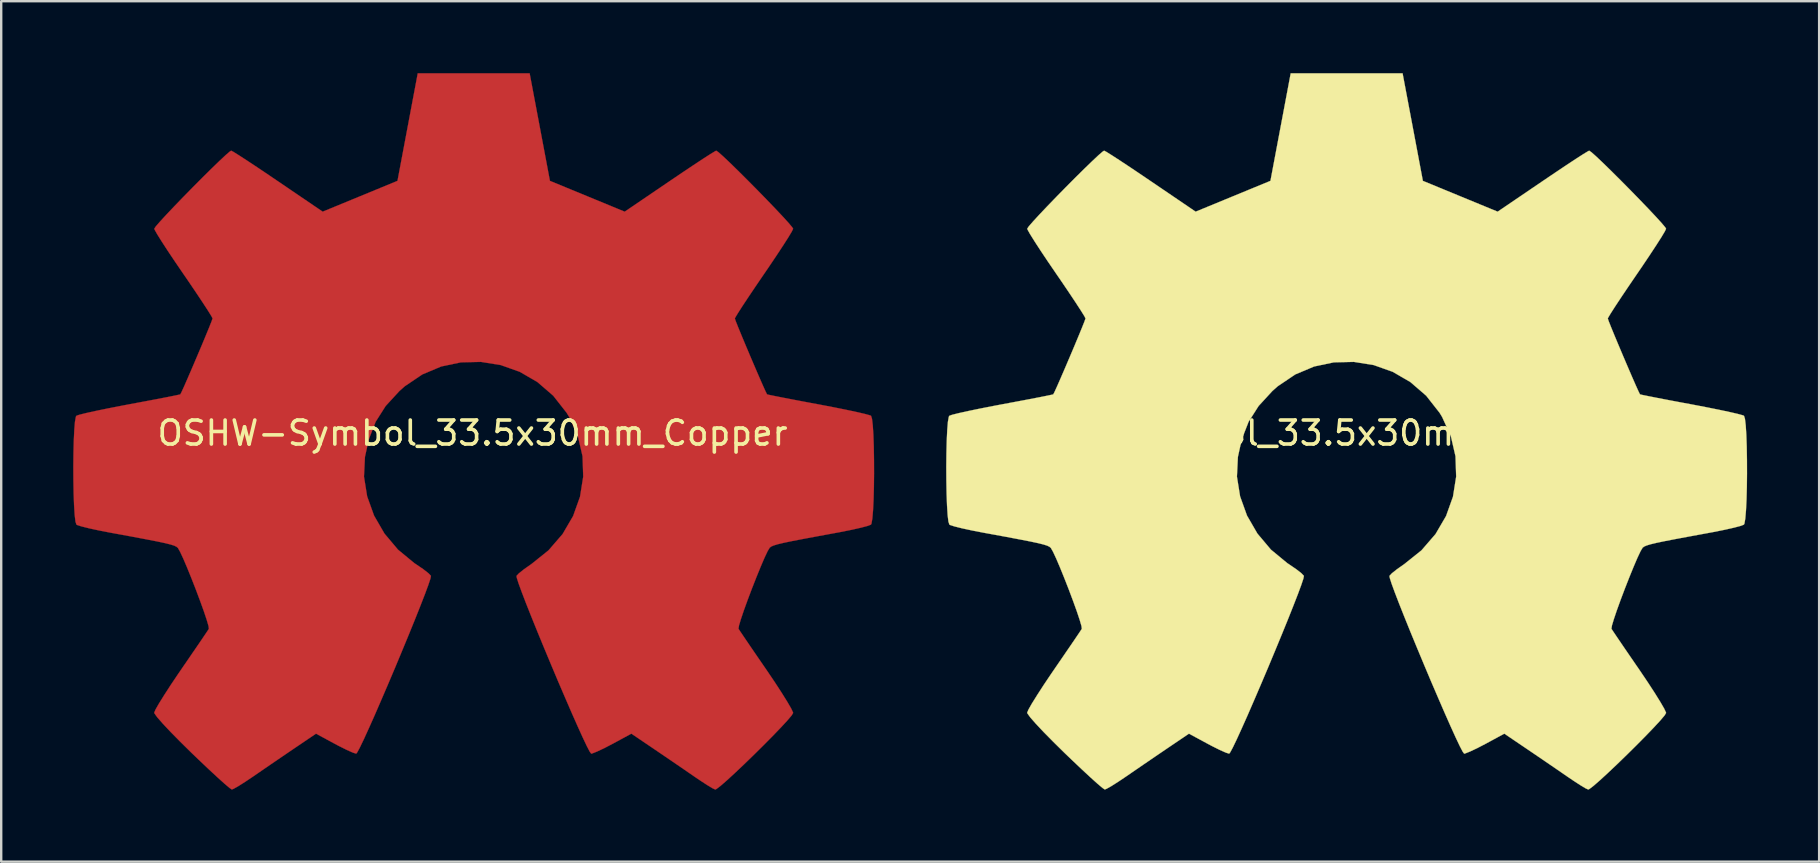
<source format=kicad_pcb>
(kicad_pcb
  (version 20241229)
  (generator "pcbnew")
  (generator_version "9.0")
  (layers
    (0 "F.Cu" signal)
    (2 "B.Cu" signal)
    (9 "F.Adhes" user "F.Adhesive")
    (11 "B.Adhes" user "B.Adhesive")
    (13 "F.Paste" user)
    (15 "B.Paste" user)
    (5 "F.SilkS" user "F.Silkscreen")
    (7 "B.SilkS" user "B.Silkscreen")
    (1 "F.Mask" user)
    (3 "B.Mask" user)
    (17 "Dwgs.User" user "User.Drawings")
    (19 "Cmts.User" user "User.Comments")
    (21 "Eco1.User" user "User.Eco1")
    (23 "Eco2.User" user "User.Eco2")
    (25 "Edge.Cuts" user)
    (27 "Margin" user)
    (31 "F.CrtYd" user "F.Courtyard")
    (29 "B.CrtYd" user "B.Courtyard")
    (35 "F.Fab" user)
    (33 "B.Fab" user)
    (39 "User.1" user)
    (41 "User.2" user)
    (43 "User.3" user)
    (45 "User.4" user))
  (footprint "OSHW-Symbol_33.5x30mm_SilkScreen"
    (layer "F.Cu")
    (at 53.003 14.993)
    (property "Reference" "OSHW-Symbol_33.5x30mm_SilkScreen" (at 0 0 0) (layer "F.SilkS") (effects (font (size 1 1) (thickness 0.15))))
    (attr exclude_from_pos_files exclude_from_bom)
    (fp_poly (pts (xy 2.8 -12.748) (xy 3.222 -10.509) (xy 4.779 -9.867) (xy 6.337 -9.225) (xy 8.206 -10.495) (xy 8.73 -10.849) (xy 9.203 -11.165) (xy 9.603 -11.429) (xy 9.91 -11.626) (xy 10.1 -11.741) (xy 10.151 -11.766) (xy 10.244 -11.702) (xy 10.443 -11.525) (xy 10.726 -11.257) (xy 11.07 -10.921) (xy 11.453 -10.54) (xy 11.852 -10.137) (xy 12.246 -9.733) (xy 12.612 -9.352) (xy 12.927 -9.017) (xy 13.17 -8.75) (xy 13.318 -8.573) (xy 13.354 -8.514) (xy 13.303 -8.405) (xy 13.16 -8.166) (xy 12.94 -7.821) (xy 12.658 -7.393) (xy 12.33 -6.905) (xy 12.14 -6.627) (xy 11.793 -6.118) (xy 11.485 -5.66) (xy 11.23 -5.274) (xy 11.044 -4.983) (xy 10.941 -4.81) (xy 10.926 -4.774) (xy 10.961 -4.67) (xy 11.056 -4.43) (xy 11.197 -4.086) (xy 11.37 -3.672) (xy 11.56 -3.222) (xy 11.753 -2.77) (xy 11.934 -2.35) (xy 12.089 -1.996) (xy 12.204 -1.741) (xy 12.265 -1.619) (xy 12.268 -1.615) (xy 12.363 -1.591) (xy 12.615 -1.54) (xy 12.999 -1.464) (xy 13.488 -1.37) (xy 14.056 -1.263) (xy 14.387 -1.202) (xy 14.994 -1.086) (xy 15.542 -0.976) (xy 16.004 -0.878) (xy 16.352 -0.797) (xy 16.557 -0.74) (xy 16.599 -0.722) (xy 16.639 -0.599) (xy 16.672 -0.323) (xy 16.697 0.076) (xy 16.714 0.564) (xy 16.723 1.11) (xy 16.725 1.68) (xy 16.719 2.242) (xy 16.705 2.765) (xy 16.683 3.215) (xy 16.654 3.56) (xy 16.618 3.768) (xy 16.596 3.812) (xy 16.464 3.864) (xy 16.185 3.938) (xy 15.796 4.026) (xy 15.333 4.119) (xy 15.172 4.149) (xy 14.393 4.292) (xy 13.777 4.407) (xy 13.305 4.498) (xy 12.956 4.571) (xy 12.71 4.63) (xy 12.546 4.68) (xy 12.444 4.724) (xy 12.384 4.768) (xy 12.375 4.777) (xy 12.291 4.918) (xy 12.162 5.191) (xy 12.002 5.565) (xy 11.823 6.004) (xy 11.638 6.475) (xy 11.46 6.946) (xy 11.302 7.382) (xy 11.178 7.75) (xy 11.098 8.017) (xy 11.078 8.149) (xy 11.079 8.153) (xy 11.15 8.261) (xy 11.309 8.497) (xy 11.541 8.839) (xy 11.829 9.26) (xy 12.156 9.736) (xy 12.249 9.871) (xy 12.58 10.362) (xy 12.872 10.81) (xy 13.108 11.189) (xy 13.273 11.473) (xy 13.35 11.638) (xy 13.354 11.658) (xy 13.289 11.764) (xy 13.11 11.975) (xy 12.84 12.267) (xy 12.502 12.618) (xy 12.119 13.005) (xy 11.714 13.406) (xy 11.309 13.799) (xy 10.928 14.159) (xy 10.594 14.466) (xy 10.33 14.696) (xy 10.159 14.826) (xy 10.112 14.848) (xy 10.001 14.798) (xy 9.775 14.662) (xy 9.471 14.464) (xy 9.236 14.305) (xy 8.812 14.013) (xy 8.309 13.669) (xy 7.804 13.325) (xy 7.533 13.141) (xy 6.615 12.52) (xy 5.845 12.937) (xy 5.494 13.12) (xy 5.195 13.261) (xy 4.993 13.342) (xy 4.942 13.354) (xy 4.88 13.27) (xy 4.758 13.036) (xy 4.585 12.671) (xy 4.37 12.197) (xy 4.122 11.637) (xy 3.851 11.011) (xy 3.564 10.343) (xy 3.273 9.652) (xy 2.985 8.961) (xy 2.709 8.292) (xy 2.456 7.666) (xy 2.233 7.105) (xy 2.051 6.631) (xy 1.917 6.265) (xy 1.842 6.029) (xy 1.83 5.948) (xy 1.926 5.844) (xy 2.136 5.676) (xy 2.416 5.479) (xy 2.44 5.463) (xy 3.164 4.883) (xy 3.749 4.206) (xy 4.188 3.454) (xy 4.476 2.649) (xy 4.609 1.812) (xy 4.581 0.965) (xy 4.388 0.129) (xy 4.024 -0.673) (xy 3.917 -0.849) (xy 3.36 -1.558) (xy 2.701 -2.127) (xy 1.965 -2.554) (xy 1.173 -2.835) (xy 0.348 -2.967) (xy -0.487 -2.948) (xy -1.309 -2.775) (xy -2.095 -2.444) (xy -2.823 -1.953) (xy -3.048 -1.754) (xy -3.621 -1.13) (xy -4.038 -0.473) (xy -4.325 0.263) (xy -4.484 0.993) (xy -4.524 1.813) (xy -4.392 2.636) (xy -4.104 3.437) (xy -3.671 4.185) (xy -3.108 4.854) (xy -2.427 5.416) (xy -2.338 5.475) (xy -2.054 5.669) (xy -1.839 5.837) (xy -1.736 5.944) (xy -1.734 5.948) (xy -1.756 6.064) (xy -1.844 6.327) (xy -1.988 6.716) (xy -2.18 7.209) (xy -2.409 7.784) (xy -2.668 8.42) (xy -2.947 9.095) (xy -3.236 9.788) (xy -3.528 10.476) (xy -3.812 11.137) (xy -4.079 11.752) (xy -4.322 12.297) (xy -4.529 12.751) (xy -4.693 13.092) (xy -4.804 13.299) (xy -4.848 13.354) (xy -4.985 13.311) (xy -5.24 13.198) (xy -5.57 13.033) (xy -5.751 12.937) (xy -6.522 12.52) (xy -7.44 13.141) (xy -7.908 13.459) (xy -8.421 13.809) (xy -8.902 14.139) (xy -9.143 14.305) (xy -9.482 14.532) (xy -9.768 14.713) (xy -9.966 14.823) (xy -10.03 14.846) (xy -10.123 14.783) (xy -10.33 14.608) (xy -10.63 14.338) (xy -11.003 13.992) (xy -11.429 13.588) (xy -11.699 13.329) (xy -12.17 12.865) (xy -12.578 12.451) (xy -12.905 12.103) (xy -13.135 11.84) (xy -13.252 11.678) (xy -13.263 11.646) (xy -13.211 11.521) (xy -13.068 11.269) (xy -12.848 10.916) (xy -12.57 10.486) (xy -12.247 10.005) (xy -12.155 9.871) (xy -11.821 9.384) (xy -11.521 8.946) (xy -11.272 8.581) (xy -11.091 8.313) (xy -10.995 8.168) (xy -10.986 8.153) (xy -11 8.038) (xy -11.074 7.783) (xy -11.194 7.424) (xy -11.349 6.994) (xy -11.525 6.525) (xy -11.71 6.052) (xy -11.89 5.608) (xy -12.053 5.226) (xy -12.186 4.941) (xy -12.275 4.785) (xy -12.282 4.777) (xy -12.337 4.733) (xy -12.429 4.688) (xy -12.58 4.64) (xy -12.809 4.583) (xy -13.137 4.513) (xy -13.584 4.426) (xy -14.17 4.315) (xy -14.917 4.178) (xy -15.078 4.149) (xy -15.557 4.056) (xy -15.974 3.966) (xy -16.294 3.886) (xy -16.478 3.826) (xy -16.502 3.812) (xy -16.543 3.687) (xy -16.576 3.409) (xy -16.601 3.009) (xy -16.619 2.52) (xy -16.629 1.974) (xy -16.632 1.404) (xy -16.626 0.842) (xy -16.613 0.32) (xy -16.592 -0.129) (xy -16.564 -0.473) (xy -16.527 -0.68) (xy -16.505 -0.722) (xy -16.383 -0.765) (xy -16.105 -0.834) (xy -15.698 -0.924) (xy -15.19 -1.029) (xy -14.61 -1.142) (xy -14.294 -1.202) (xy -13.694 -1.314) (xy -13.159 -1.415) (xy -12.715 -1.501) (xy -12.388 -1.567) (xy -12.205 -1.606) (xy -12.175 -1.615) (xy -12.124 -1.713) (xy -12.016 -1.95) (xy -11.866 -2.292) (xy -11.688 -2.704) (xy -11.496 -3.154) (xy -11.304 -3.607) (xy -11.128 -4.029) (xy -10.981 -4.386) (xy -10.878 -4.645) (xy -10.833 -4.772) (xy -10.832 -4.778) (xy -10.883 -4.878) (xy -11.026 -5.108) (xy -11.246 -5.446) (xy -11.527 -5.868) (xy -11.855 -6.352) (xy -12.046 -6.63) (xy -12.394 -7.14) (xy -12.703 -7.602) (xy -12.958 -7.995) (xy -13.144 -8.293) (xy -13.246 -8.475) (xy -13.26 -8.515) (xy -13.197 -8.61) (xy -13.022 -8.812) (xy -12.758 -9.099) (xy -12.428 -9.448) (xy -12.052 -9.837) (xy -11.655 -10.242) (xy -11.257 -10.642) (xy -10.882 -11.013) (xy -10.551 -11.333) (xy -10.288 -11.58) (xy -10.114 -11.73) (xy -10.056 -11.766) (xy -9.961 -11.716) (xy -9.734 -11.574) (xy -9.398 -11.356) (xy -8.973 -11.075) (xy -8.483 -10.746) (xy -8.113 -10.495) (xy -6.244 -9.225) (xy -4.686 -9.867) (xy -3.128 -10.509) (xy -2.706 -12.748) (xy -2.284 -14.988) (xy 2.377 -14.988) (xy 2.8 -12.748)) (stroke (width 0.01) (type solid)) (fill yes) (layer "F.SilkS")))
  (footprint "OSHW-Symbol_33.5x30mm_Copper"
    (layer "F.Cu")
    (at 16.637 14.993)
    (property "Reference" "OSHW-Symbol_33.5x30mm_Copper" (at 0 0 0) (layer "F.SilkS") (effects (font (size 1 1) (thickness 0.15))))
    (attr exclude_from_pos_files exclude_from_bom)
    (fp_poly (pts (xy 2.8 -12.748) (xy 3.222 -10.509) (xy 4.779 -9.867) (xy 6.337 -9.225) (xy 8.206 -10.495) (xy 8.73 -10.849) (xy 9.203 -11.165) (xy 9.603 -11.429) (xy 9.91 -11.626) (xy 10.1 -11.741) (xy 10.151 -11.766) (xy 10.244 -11.702) (xy 10.443 -11.525) (xy 10.726 -11.257) (xy 11.07 -10.921) (xy 11.453 -10.54) (xy 11.852 -10.137) (xy 12.246 -9.733) (xy 12.612 -9.352) (xy 12.927 -9.017) (xy 13.17 -8.75) (xy 13.318 -8.573) (xy 13.354 -8.514) (xy 13.303 -8.405) (xy 13.16 -8.166) (xy 12.94 -7.821) (xy 12.658 -7.393) (xy 12.33 -6.905) (xy 12.14 -6.627) (xy 11.793 -6.118) (xy 11.485 -5.66) (xy 11.23 -5.274) (xy 11.044 -4.983) (xy 10.941 -4.81) (xy 10.926 -4.774) (xy 10.961 -4.67) (xy 11.056 -4.43) (xy 11.197 -4.086) (xy 11.37 -3.672) (xy 11.56 -3.222) (xy 11.753 -2.77) (xy 11.934 -2.35) (xy 12.089 -1.996) (xy 12.204 -1.741) (xy 12.265 -1.619) (xy 12.268 -1.615) (xy 12.363 -1.591) (xy 12.615 -1.54) (xy 12.999 -1.464) (xy 13.488 -1.37) (xy 14.056 -1.263) (xy 14.387 -1.202) (xy 14.994 -1.086) (xy 15.542 -0.976) (xy 16.004 -0.878) (xy 16.352 -0.797) (xy 16.557 -0.74) (xy 16.599 -0.722) (xy 16.639 -0.599) (xy 16.672 -0.323) (xy 16.697 0.076) (xy 16.714 0.564) (xy 16.723 1.11) (xy 16.725 1.68) (xy 16.719 2.242) (xy 16.705 2.765) (xy 16.683 3.215) (xy 16.654 3.56) (xy 16.618 3.768) (xy 16.596 3.812) (xy 16.464 3.864) (xy 16.185 3.938) (xy 15.796 4.026) (xy 15.333 4.119) (xy 15.172 4.149) (xy 14.393 4.292) (xy 13.777 4.407) (xy 13.305 4.498) (xy 12.956 4.571) (xy 12.71 4.63) (xy 12.546 4.68) (xy 12.444 4.724) (xy 12.384 4.768) (xy 12.375 4.777) (xy 12.291 4.918) (xy 12.162 5.191) (xy 12.002 5.565) (xy 11.823 6.004) (xy 11.638 6.475) (xy 11.46 6.946) (xy 11.302 7.382) (xy 11.178 7.75) (xy 11.098 8.017) (xy 11.078 8.149) (xy 11.079 8.153) (xy 11.15 8.261) (xy 11.309 8.497) (xy 11.541 8.839) (xy 11.829 9.26) (xy 12.156 9.736) (xy 12.249 9.871) (xy 12.58 10.362) (xy 12.872 10.81) (xy 13.108 11.189) (xy 13.273 11.473) (xy 13.35 11.638) (xy 13.354 11.658) (xy 13.289 11.764) (xy 13.11 11.975) (xy 12.84 12.267) (xy 12.502 12.618) (xy 12.119 13.005) (xy 11.714 13.406) (xy 11.309 13.799) (xy 10.928 14.159) (xy 10.594 14.466) (xy 10.33 14.696) (xy 10.159 14.826) (xy 10.112 14.848) (xy 10.001 14.798) (xy 9.775 14.662) (xy 9.471 14.464) (xy 9.236 14.305) (xy 8.812 14.013) (xy 8.309 13.669) (xy 7.804 13.325) (xy 7.533 13.141) (xy 6.615 12.52) (xy 5.845 12.937) (xy 5.494 13.12) (xy 5.195 13.261) (xy 4.993 13.342) (xy 4.942 13.354) (xy 4.88 13.27) (xy 4.758 13.036) (xy 4.585 12.671) (xy 4.37 12.197) (xy 4.122 11.637) (xy 3.851 11.011) (xy 3.564 10.343) (xy 3.273 9.652) (xy 2.985 8.961) (xy 2.709 8.292) (xy 2.456 7.666) (xy 2.233 7.105) (xy 2.051 6.631) (xy 1.917 6.265) (xy 1.842 6.029) (xy 1.83 5.948) (xy 1.926 5.844) (xy 2.136 5.676) (xy 2.416 5.479) (xy 2.44 5.463) (xy 3.164 4.883) (xy 3.749 4.206) (xy 4.188 3.454) (xy 4.476 2.649) (xy 4.609 1.812) (xy 4.581 0.965) (xy 4.388 0.129) (xy 4.024 -0.673) (xy 3.917 -0.849) (xy 3.36 -1.558) (xy 2.701 -2.127) (xy 1.965 -2.554) (xy 1.173 -2.835) (xy 0.348 -2.967) (xy -0.487 -2.948) (xy -1.309 -2.775) (xy -2.095 -2.444) (xy -2.823 -1.953) (xy -3.048 -1.754) (xy -3.621 -1.13) (xy -4.038 -0.473) (xy -4.325 0.263) (xy -4.484 0.993) (xy -4.524 1.813) (xy -4.392 2.636) (xy -4.104 3.437) (xy -3.671 4.185) (xy -3.108 4.854) (xy -2.427 5.416) (xy -2.338 5.475) (xy -2.054 5.669) (xy -1.839 5.837) (xy -1.736 5.944) (xy -1.734 5.948) (xy -1.756 6.064) (xy -1.844 6.327) (xy -1.988 6.716) (xy -2.18 7.209) (xy -2.409 7.784) (xy -2.668 8.42) (xy -2.947 9.095) (xy -3.236 9.788) (xy -3.528 10.476) (xy -3.812 11.137) (xy -4.079 11.752) (xy -4.322 12.297) (xy -4.529 12.751) (xy -4.693 13.092) (xy -4.804 13.299) (xy -4.848 13.354) (xy -4.985 13.311) (xy -5.24 13.198) (xy -5.57 13.033) (xy -5.751 12.937) (xy -6.522 12.52) (xy -7.44 13.141) (xy -7.908 13.459) (xy -8.421 13.809) (xy -8.902 14.139) (xy -9.143 14.305) (xy -9.482 14.532) (xy -9.768 14.713) (xy -9.966 14.823) (xy -10.03 14.846) (xy -10.123 14.783) (xy -10.33 14.608) (xy -10.63 14.338) (xy -11.003 13.992) (xy -11.429 13.588) (xy -11.699 13.329) (xy -12.17 12.865) (xy -12.578 12.451) (xy -12.905 12.103) (xy -13.135 11.84) (xy -13.252 11.678) (xy -13.263 11.646) (xy -13.211 11.521) (xy -13.068 11.269) (xy -12.848 10.916) (xy -12.57 10.486) (xy -12.247 10.005) (xy -12.155 9.871) (xy -11.821 9.384) (xy -11.521 8.946) (xy -11.272 8.581) (xy -11.091 8.313) (xy -10.995 8.168) (xy -10.986 8.153) (xy -11 8.038) (xy -11.074 7.783) (xy -11.194 7.424) (xy -11.349 6.994) (xy -11.525 6.525) (xy -11.71 6.052) (xy -11.89 5.608) (xy -12.053 5.226) (xy -12.186 4.941) (xy -12.275 4.785) (xy -12.282 4.777) (xy -12.337 4.733) (xy -12.429 4.688) (xy -12.58 4.64) (xy -12.809 4.583) (xy -13.137 4.513) (xy -13.584 4.426) (xy -14.17 4.315) (xy -14.917 4.178) (xy -15.078 4.149) (xy -15.557 4.056) (xy -15.974 3.966) (xy -16.294 3.886) (xy -16.478 3.826) (xy -16.502 3.812) (xy -16.543 3.687) (xy -16.576 3.409) (xy -16.601 3.009) (xy -16.619 2.52) (xy -16.629 1.974) (xy -16.632 1.404) (xy -16.626 0.842) (xy -16.613 0.32) (xy -16.592 -0.129) (xy -16.564 -0.473) (xy -16.527 -0.68) (xy -16.505 -0.722) (xy -16.383 -0.765) (xy -16.105 -0.834) (xy -15.698 -0.924) (xy -15.19 -1.029) (xy -14.61 -1.142) (xy -14.294 -1.202) (xy -13.694 -1.314) (xy -13.159 -1.415) (xy -12.715 -1.501) (xy -12.388 -1.567) (xy -12.205 -1.606) (xy -12.175 -1.615) (xy -12.124 -1.713) (xy -12.016 -1.95) (xy -11.866 -2.292) (xy -11.688 -2.704) (xy -11.496 -3.154) (xy -11.304 -3.607) (xy -11.128 -4.029) (xy -10.981 -4.386) (xy -10.878 -4.645) (xy -10.833 -4.772) (xy -10.832 -4.778) (xy -10.883 -4.878) (xy -11.026 -5.108) (xy -11.246 -5.446) (xy -11.527 -5.868) (xy -11.855 -6.352) (xy -12.046 -6.63) (xy -12.394 -7.14) (xy -12.703 -7.602) (xy -12.958 -7.995) (xy -13.144 -8.293) (xy -13.246 -8.475) (xy -13.26 -8.515) (xy -13.197 -8.61) (xy -13.022 -8.812) (xy -12.758 -9.099) (xy -12.428 -9.448) (xy -12.052 -9.837) (xy -11.655 -10.242) (xy -11.257 -10.642) (xy -10.882 -11.013) (xy -10.551 -11.333) (xy -10.288 -11.58) (xy -10.114 -11.73) (xy -10.056 -11.766) (xy -9.961 -11.716) (xy -9.734 -11.574) (xy -9.398 -11.356) (xy -8.973 -11.075) (xy -8.483 -10.746) (xy -8.113 -10.495) (xy -6.244 -9.225) (xy -4.686 -9.867) (xy -3.128 -10.509) (xy -2.706 -12.748) (xy -2.284 -14.988) (xy 2.377 -14.988) (xy 2.8 -12.748)) (stroke (width 0.01) (type solid)) (fill yes) (layer "F.Cu")))
  (gr_rect
    (start -3 -3)
    (end 72.733 32.846)
    (stroke (width 0.1) (type default))
    (fill no)
    (layer "Edge.Cuts")))
</source>
